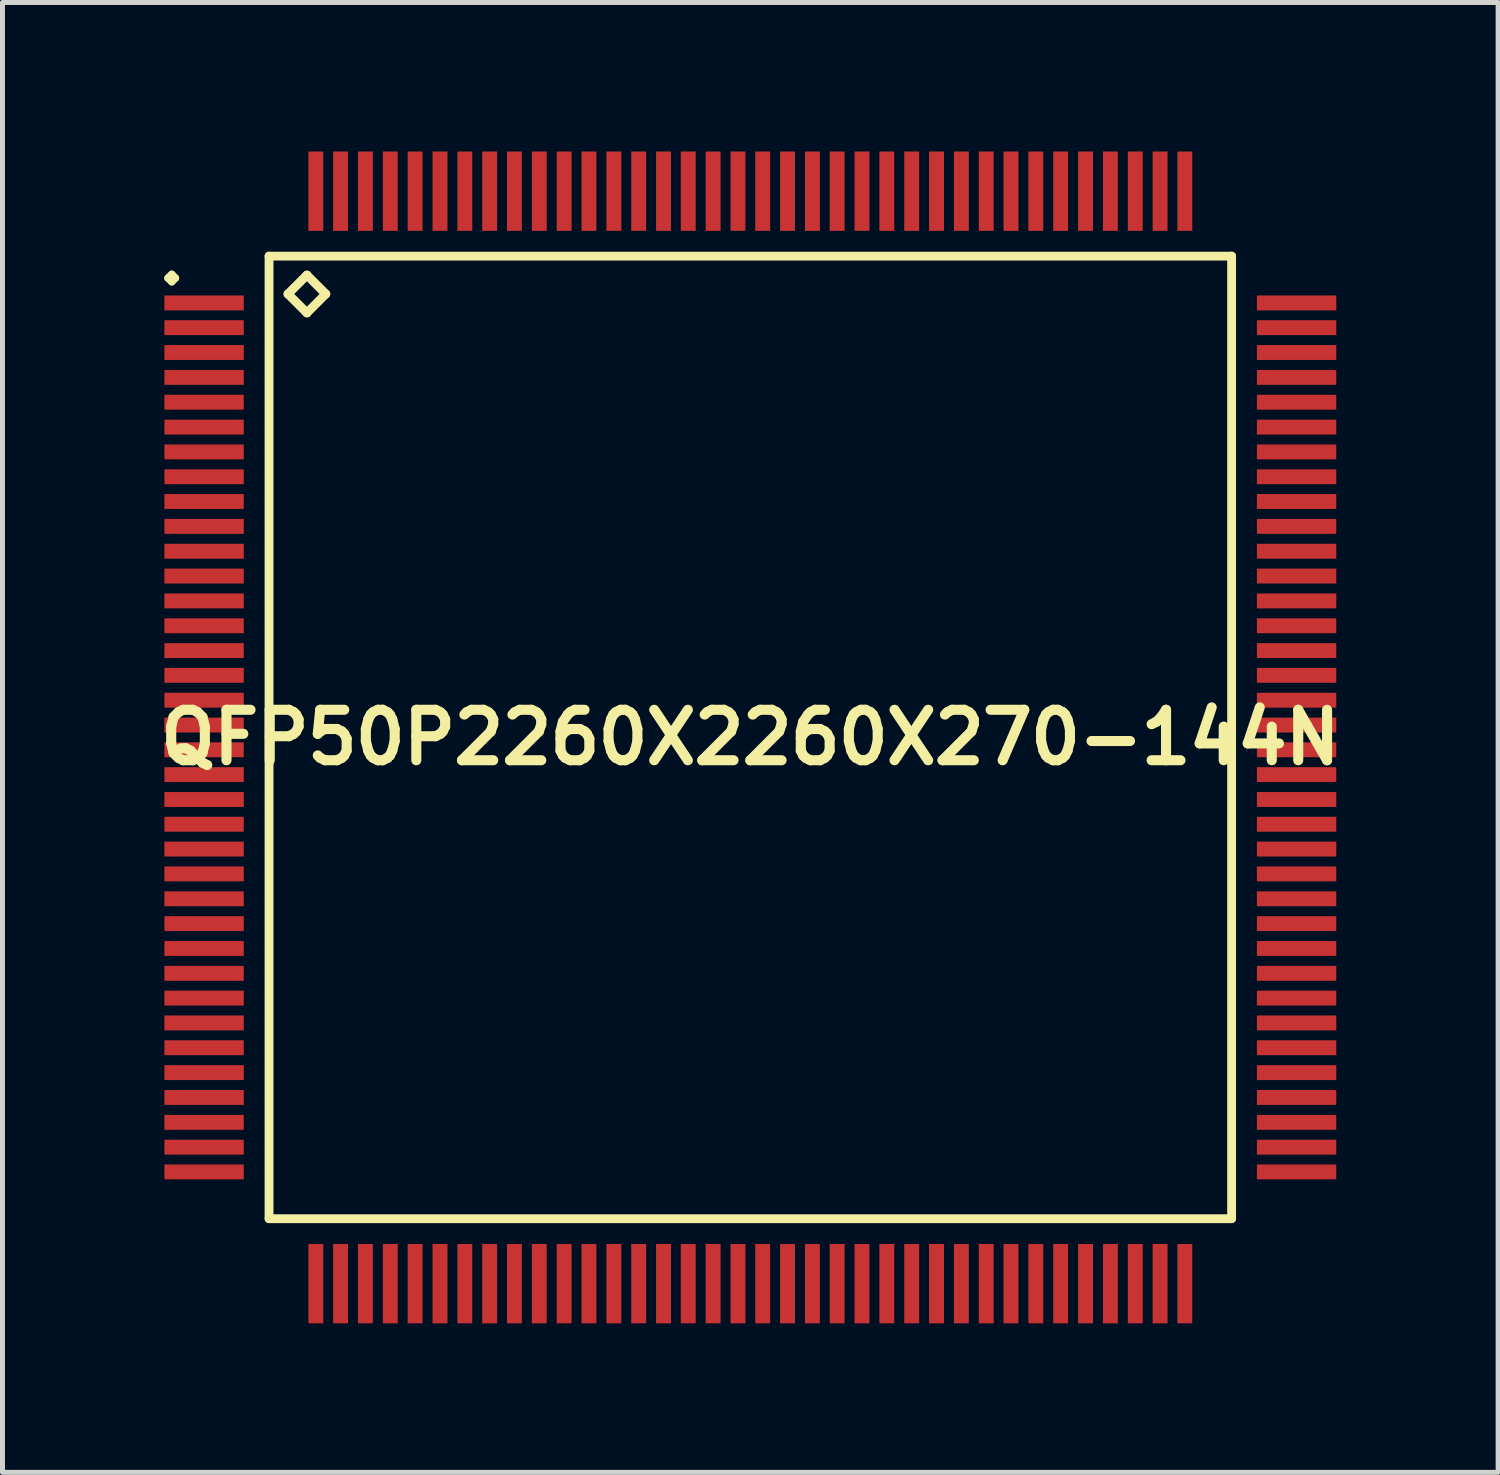
<source format=kicad_pcb>
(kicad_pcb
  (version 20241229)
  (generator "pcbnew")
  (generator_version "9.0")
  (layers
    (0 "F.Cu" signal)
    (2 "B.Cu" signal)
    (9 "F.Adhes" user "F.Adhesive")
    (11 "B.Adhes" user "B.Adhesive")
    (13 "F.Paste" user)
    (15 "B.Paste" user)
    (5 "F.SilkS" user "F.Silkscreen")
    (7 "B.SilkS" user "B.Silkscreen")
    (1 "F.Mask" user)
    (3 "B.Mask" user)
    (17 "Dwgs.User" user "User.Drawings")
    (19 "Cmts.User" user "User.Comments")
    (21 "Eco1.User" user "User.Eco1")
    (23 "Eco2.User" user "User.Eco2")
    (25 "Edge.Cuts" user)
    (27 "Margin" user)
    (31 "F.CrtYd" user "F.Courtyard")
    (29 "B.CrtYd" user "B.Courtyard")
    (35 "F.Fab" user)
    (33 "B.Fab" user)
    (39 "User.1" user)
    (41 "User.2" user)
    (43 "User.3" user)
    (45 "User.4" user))
  (footprint "QFP50P2260X2260X270-144N"
    (layer "F.Cu")
    (at 12.057 11.797)
    (property "Reference" "QFP50P2260X2260X270-144N" (at 0 0 0) (layer "F.SilkS") (effects (font (size 1.016 1.016) (thickness 0.203))))
    (attr smd)
    (fp_line (start -11.725 -9.248) (end -11.648 -9.324) (stroke (width 0.15) (type solid)) (layer "F.SilkS"))
    (fp_line (start -11.648 -9.324) (end -11.575 -9.248) (stroke (width 0.15) (type solid)) (layer "F.SilkS"))
    (fp_line (start -11.648 -9.174) (end -11.725 -9.248) (stroke (width 0.15) (type solid)) (layer "F.SilkS"))
    (fp_line (start -11.575 -9.248) (end -11.648 -9.174) (stroke (width 0.15) (type solid)) (layer "F.SilkS"))
    (fp_line (start -9.69 -9.69) (end -9.69 9.69) (stroke (width 0.178) (type solid)) (layer "F.SilkS"))
    (fp_line (start -9.69 9.69) (end 9.69 9.69) (stroke (width 0.178) (type solid)) (layer "F.SilkS"))
    (fp_line (start -9.309 -8.928) (end -8.928 -9.309) (stroke (width 0.178) (type solid)) (layer "F.SilkS"))
    (fp_line (start -8.928 -9.309) (end -8.547 -8.928) (stroke (width 0.178) (type solid)) (layer "F.SilkS"))
    (fp_line (start -8.928 -8.547) (end -9.309 -8.928) (stroke (width 0.178) (type solid)) (layer "F.SilkS"))
    (fp_line (start -8.547 -8.928) (end -8.928 -8.547) (stroke (width 0.178) (type solid)) (layer "F.SilkS"))
    (fp_line (start 9.69 -9.69) (end -9.69 -9.69) (stroke (width 0.178) (type solid)) (layer "F.SilkS"))
    (fp_line (start 9.69 9.69) (end 9.69 -9.69) (stroke (width 0.178) (type solid)) (layer "F.SilkS"))
    (pad "1" smd rect (at -10.998 -8.748) (size 1.598 0.3) (layers "F.Cu" "F.Mask" "F.Paste"))
    (pad "2" smd rect (at -10.998 -8.25) (size 1.598 0.3) (layers "F.Cu" "F.Mask" "F.Paste"))
    (pad "3" smd rect (at -10.998 -7.75) (size 1.598 0.3) (layers "F.Cu" "F.Mask" "F.Paste"))
    (pad "4" smd rect (at -10.998 -7.249) (size 1.598 0.3) (layers "F.Cu" "F.Mask" "F.Paste"))
    (pad "5" smd rect (at -10.998 -6.749) (size 1.598 0.3) (layers "F.Cu" "F.Mask" "F.Paste"))
    (pad "6" smd rect (at -10.998 -6.248) (size 1.598 0.3) (layers "F.Cu" "F.Mask" "F.Paste"))
    (pad "7" smd rect (at -10.998 -5.748) (size 1.598 0.3) (layers "F.Cu" "F.Mask" "F.Paste"))
    (pad "8" smd rect (at -10.998 -5.248) (size 1.598 0.3) (layers "F.Cu" "F.Mask" "F.Paste"))
    (pad "9" smd rect (at -10.998 -4.75) (size 1.598 0.3) (layers "F.Cu" "F.Mask" "F.Paste"))
    (pad "10" smd rect (at -10.998 -4.249) (size 1.598 0.3) (layers "F.Cu" "F.Mask" "F.Paste"))
    (pad "11" smd rect (at -10.998 -3.749) (size 1.598 0.3) (layers "F.Cu" "F.Mask" "F.Paste"))
    (pad "12" smd rect (at -10.998 -3.249) (size 1.598 0.3) (layers "F.Cu" "F.Mask" "F.Paste"))
    (pad "13" smd rect (at -10.998 -2.748) (size 1.598 0.3) (layers "F.Cu" "F.Mask" "F.Paste"))
    (pad "14" smd rect (at -10.998 -2.248) (size 1.598 0.3) (layers "F.Cu" "F.Mask" "F.Paste"))
    (pad "15" smd rect (at -10.998 -1.748) (size 1.598 0.3) (layers "F.Cu" "F.Mask" "F.Paste"))
    (pad "16" smd rect (at -10.998 -1.25) (size 1.598 0.3) (layers "F.Cu" "F.Mask" "F.Paste"))
    (pad "17" smd rect (at -10.998 -0.749) (size 1.598 0.3) (layers "F.Cu" "F.Mask" "F.Paste"))
    (pad "18" smd rect (at -10.998 -0.249) (size 1.598 0.3) (layers "F.Cu" "F.Mask" "F.Paste"))
    (pad "19" smd rect (at -10.998 0.249) (size 1.598 0.3) (layers "F.Cu" "F.Mask" "F.Paste"))
    (pad "20" smd rect (at -10.998 0.749) (size 1.598 0.3) (layers "F.Cu" "F.Mask" "F.Paste"))
    (pad "21" smd rect (at -10.998 1.25) (size 1.598 0.3) (layers "F.Cu" "F.Mask" "F.Paste"))
    (pad "22" smd rect (at -10.998 1.748) (size 1.598 0.3) (layers "F.Cu" "F.Mask" "F.Paste"))
    (pad "23" smd rect (at -10.998 2.248) (size 1.598 0.3) (layers "F.Cu" "F.Mask" "F.Paste"))
    (pad "24" smd rect (at -10.998 2.748) (size 1.598 0.3) (layers "F.Cu" "F.Mask" "F.Paste"))
    (pad "25" smd rect (at -10.998 3.249) (size 1.598 0.3) (layers "F.Cu" "F.Mask" "F.Paste"))
    (pad "26" smd rect (at -10.998 3.749) (size 1.598 0.3) (layers "F.Cu" "F.Mask" "F.Paste"))
    (pad "27" smd rect (at -10.998 4.249) (size 1.598 0.3) (layers "F.Cu" "F.Mask" "F.Paste"))
    (pad "28" smd rect (at -10.998 4.75) (size 1.598 0.3) (layers "F.Cu" "F.Mask" "F.Paste"))
    (pad "29" smd rect (at -10.998 5.248) (size 1.598 0.3) (layers "F.Cu" "F.Mask" "F.Paste"))
    (pad "30" smd rect (at -10.998 5.748) (size 1.598 0.3) (layers "F.Cu" "F.Mask" "F.Paste"))
    (pad "31" smd rect (at -10.998 6.248) (size 1.598 0.3) (layers "F.Cu" "F.Mask" "F.Paste"))
    (pad "32" smd rect (at -10.998 6.749) (size 1.598 0.3) (layers "F.Cu" "F.Mask" "F.Paste"))
    (pad "33" smd rect (at -10.998 7.249) (size 1.598 0.3) (layers "F.Cu" "F.Mask" "F.Paste"))
    (pad "34" smd rect (at -10.998 7.75) (size 1.598 0.3) (layers "F.Cu" "F.Mask" "F.Paste"))
    (pad "35" smd rect (at -10.998 8.25) (size 1.598 0.3) (layers "F.Cu" "F.Mask" "F.Paste"))
    (pad "36" smd rect (at -10.998 8.748) (size 1.598 0.3) (layers "F.Cu" "F.Mask" "F.Paste"))
    (pad "37" smd rect (at -8.748 10.998) (size 0.3 1.598) (layers "F.Cu" "F.Mask" "F.Paste"))
    (pad "38" smd rect (at -8.25 10.998) (size 0.3 1.598) (layers "F.Cu" "F.Mask" "F.Paste"))
    (pad "39" smd rect (at -7.75 10.998) (size 0.3 1.598) (layers "F.Cu" "F.Mask" "F.Paste"))
    (pad "40" smd rect (at -7.249 10.998) (size 0.3 1.598) (layers "F.Cu" "F.Mask" "F.Paste"))
    (pad "41" smd rect (at -6.749 10.998) (size 0.3 1.598) (layers "F.Cu" "F.Mask" "F.Paste"))
    (pad "42" smd rect (at -6.248 10.998) (size 0.3 1.598) (layers "F.Cu" "F.Mask" "F.Paste"))
    (pad "43" smd rect (at -5.748 10.998) (size 0.3 1.598) (layers "F.Cu" "F.Mask" "F.Paste"))
    (pad "44" smd rect (at -5.248 10.998) (size 0.3 1.598) (layers "F.Cu" "F.Mask" "F.Paste"))
    (pad "45" smd rect (at -4.75 10.998) (size 0.3 1.598) (layers "F.Cu" "F.Mask" "F.Paste"))
    (pad "46" smd rect (at -4.249 10.998) (size 0.3 1.598) (layers "F.Cu" "F.Mask" "F.Paste"))
    (pad "47" smd rect (at -3.749 10.998) (size 0.3 1.598) (layers "F.Cu" "F.Mask" "F.Paste"))
    (pad "48" smd rect (at -3.249 10.998) (size 0.3 1.598) (layers "F.Cu" "F.Mask" "F.Paste"))
    (pad "49" smd rect (at -2.748 10.998) (size 0.3 1.598) (layers "F.Cu" "F.Mask" "F.Paste"))
    (pad "50" smd rect (at -2.248 10.998) (size 0.3 1.598) (layers "F.Cu" "F.Mask" "F.Paste"))
    (pad "51" smd rect (at -1.748 10.998) (size 0.3 1.598) (layers "F.Cu" "F.Mask" "F.Paste"))
    (pad "52" smd rect (at -1.25 10.998) (size 0.3 1.598) (layers "F.Cu" "F.Mask" "F.Paste"))
    (pad "53" smd rect (at -0.749 10.998) (size 0.3 1.598) (layers "F.Cu" "F.Mask" "F.Paste"))
    (pad "54" smd rect (at -0.249 10.998) (size 0.3 1.598) (layers "F.Cu" "F.Mask" "F.Paste"))
    (pad "55" smd rect (at 0.249 10.998) (size 0.3 1.598) (layers "F.Cu" "F.Mask" "F.Paste"))
    (pad "56" smd rect (at 0.749 10.998) (size 0.3 1.598) (layers "F.Cu" "F.Mask" "F.Paste"))
    (pad "57" smd rect (at 1.25 10.998) (size 0.3 1.598) (layers "F.Cu" "F.Mask" "F.Paste"))
    (pad "58" smd rect (at 1.748 10.998) (size 0.3 1.598) (layers "F.Cu" "F.Mask" "F.Paste"))
    (pad "59" smd rect (at 2.248 10.998) (size 0.3 1.598) (layers "F.Cu" "F.Mask" "F.Paste"))
    (pad "60" smd rect (at 2.748 10.998) (size 0.3 1.598) (layers "F.Cu" "F.Mask" "F.Paste"))
    (pad "61" smd rect (at 3.249 10.998) (size 0.3 1.598) (layers "F.Cu" "F.Mask" "F.Paste"))
    (pad "62" smd rect (at 3.749 10.998) (size 0.3 1.598) (layers "F.Cu" "F.Mask" "F.Paste"))
    (pad "63" smd rect (at 4.249 10.998) (size 0.3 1.598) (layers "F.Cu" "F.Mask" "F.Paste"))
    (pad "64" smd rect (at 4.75 10.998) (size 0.3 1.598) (layers "F.Cu" "F.Mask" "F.Paste"))
    (pad "65" smd rect (at 5.248 10.998) (size 0.3 1.598) (layers "F.Cu" "F.Mask" "F.Paste"))
    (pad "66" smd rect (at 5.748 10.998) (size 0.3 1.598) (layers "F.Cu" "F.Mask" "F.Paste"))
    (pad "67" smd rect (at 6.248 10.998) (size 0.3 1.598) (layers "F.Cu" "F.Mask" "F.Paste"))
    (pad "68" smd rect (at 6.749 10.998) (size 0.3 1.598) (layers "F.Cu" "F.Mask" "F.Paste"))
    (pad "69" smd rect (at 7.249 10.998) (size 0.3 1.598) (layers "F.Cu" "F.Mask" "F.Paste"))
    (pad "70" smd rect (at 7.75 10.998) (size 0.3 1.598) (layers "F.Cu" "F.Mask" "F.Paste"))
    (pad "71" smd rect (at 8.25 10.998) (size 0.3 1.598) (layers "F.Cu" "F.Mask" "F.Paste"))
    (pad "72" smd rect (at 8.748 10.998) (size 0.3 1.598) (layers "F.Cu" "F.Mask" "F.Paste"))
    (pad "73" smd rect (at 10.998 8.748) (size 1.598 0.3) (layers "F.Cu" "F.Mask" "F.Paste"))
    (pad "74" smd rect (at 10.998 8.25) (size 1.598 0.3) (layers "F.Cu" "F.Mask" "F.Paste"))
    (pad "75" smd rect (at 10.998 7.75) (size 1.598 0.3) (layers "F.Cu" "F.Mask" "F.Paste"))
    (pad "76" smd rect (at 10.998 7.249) (size 1.598 0.3) (layers "F.Cu" "F.Mask" "F.Paste"))
    (pad "77" smd rect (at 10.998 6.749) (size 1.598 0.3) (layers "F.Cu" "F.Mask" "F.Paste"))
    (pad "78" smd rect (at 10.998 6.248) (size 1.598 0.3) (layers "F.Cu" "F.Mask" "F.Paste"))
    (pad "79" smd rect (at 10.998 5.748) (size 1.598 0.3) (layers "F.Cu" "F.Mask" "F.Paste"))
    (pad "80" smd rect (at 10.998 5.248) (size 1.598 0.3) (layers "F.Cu" "F.Mask" "F.Paste"))
    (pad "81" smd rect (at 10.998 4.75) (size 1.598 0.3) (layers "F.Cu" "F.Mask" "F.Paste"))
    (pad "82" smd rect (at 10.998 4.249) (size 1.598 0.3) (layers "F.Cu" "F.Mask" "F.Paste"))
    (pad "83" smd rect (at 10.998 3.749) (size 1.598 0.3) (layers "F.Cu" "F.Mask" "F.Paste"))
    (pad "84" smd rect (at 10.998 3.249) (size 1.598 0.3) (layers "F.Cu" "F.Mask" "F.Paste"))
    (pad "85" smd rect (at 10.998 2.748) (size 1.598 0.3) (layers "F.Cu" "F.Mask" "F.Paste"))
    (pad "86" smd rect (at 10.998 2.248) (size 1.598 0.3) (layers "F.Cu" "F.Mask" "F.Paste"))
    (pad "87" smd rect (at 10.998 1.748) (size 1.598 0.3) (layers "F.Cu" "F.Mask" "F.Paste"))
    (pad "88" smd rect (at 10.998 1.25) (size 1.598 0.3) (layers "F.Cu" "F.Mask" "F.Paste"))
    (pad "89" smd rect (at 10.998 0.749) (size 1.598 0.3) (layers "F.Cu" "F.Mask" "F.Paste"))
    (pad "90" smd rect (at 10.998 0.249) (size 1.598 0.3) (layers "F.Cu" "F.Mask" "F.Paste"))
    (pad "91" smd rect (at 10.998 -0.249) (size 1.598 0.3) (layers "F.Cu" "F.Mask" "F.Paste"))
    (pad "92" smd rect (at 10.998 -0.749) (size 1.598 0.3) (layers "F.Cu" "F.Mask" "F.Paste"))
    (pad "93" smd rect (at 10.998 -1.25) (size 1.598 0.3) (layers "F.Cu" "F.Mask" "F.Paste"))
    (pad "94" smd rect (at 10.998 -1.748) (size 1.598 0.3) (layers "F.Cu" "F.Mask" "F.Paste"))
    (pad "95" smd rect (at 10.998 -2.248) (size 1.598 0.3) (layers "F.Cu" "F.Mask" "F.Paste"))
    (pad "96" smd rect (at 10.998 -2.748) (size 1.598 0.3) (layers "F.Cu" "F.Mask" "F.Paste"))
    (pad "97" smd rect (at 10.998 -3.249) (size 1.598 0.3) (layers "F.Cu" "F.Mask" "F.Paste"))
    (pad "98" smd rect (at 10.998 -3.749) (size 1.598 0.3) (layers "F.Cu" "F.Mask" "F.Paste"))
    (pad "99" smd rect (at 10.998 -4.249) (size 1.598 0.3) (layers "F.Cu" "F.Mask" "F.Paste"))
    (pad "100" smd rect (at 10.998 -4.75) (size 1.598 0.3) (layers "F.Cu" "F.Mask" "F.Paste"))
    (pad "101" smd rect (at 10.998 -5.248) (size 1.598 0.3) (layers "F.Cu" "F.Mask" "F.Paste"))
    (pad "102" smd rect (at 10.998 -5.748) (size 1.598 0.3) (layers "F.Cu" "F.Mask" "F.Paste"))
    (pad "103" smd rect (at 10.998 -6.248) (size 1.598 0.3) (layers "F.Cu" "F.Mask" "F.Paste"))
    (pad "104" smd rect (at 10.998 -6.749) (size 1.598 0.3) (layers "F.Cu" "F.Mask" "F.Paste"))
    (pad "105" smd rect (at 10.998 -7.249) (size 1.598 0.3) (layers "F.Cu" "F.Mask" "F.Paste"))
    (pad "106" smd rect (at 10.998 -7.75) (size 1.598 0.3) (layers "F.Cu" "F.Mask" "F.Paste"))
    (pad "107" smd rect (at 10.998 -8.25) (size 1.598 0.3) (layers "F.Cu" "F.Mask" "F.Paste"))
    (pad "108" smd rect (at 10.998 -8.748) (size 1.598 0.3) (layers "F.Cu" "F.Mask" "F.Paste"))
    (pad "109" smd rect (at 8.748 -10.998) (size 0.3 1.598) (layers "F.Cu" "F.Mask" "F.Paste"))
    (pad "110" smd rect (at 8.25 -10.998) (size 0.3 1.598) (layers "F.Cu" "F.Mask" "F.Paste"))
    (pad "111" smd rect (at 7.75 -10.998) (size 0.3 1.598) (layers "F.Cu" "F.Mask" "F.Paste"))
    (pad "112" smd rect (at 7.249 -10.998) (size 0.3 1.598) (layers "F.Cu" "F.Mask" "F.Paste"))
    (pad "113" smd rect (at 6.749 -10.998) (size 0.3 1.598) (layers "F.Cu" "F.Mask" "F.Paste"))
    (pad "114" smd rect (at 6.248 -10.998) (size 0.3 1.598) (layers "F.Cu" "F.Mask" "F.Paste"))
    (pad "115" smd rect (at 5.748 -10.998) (size 0.3 1.598) (layers "F.Cu" "F.Mask" "F.Paste"))
    (pad "116" smd rect (at 5.248 -10.998) (size 0.3 1.598) (layers "F.Cu" "F.Mask" "F.Paste"))
    (pad "117" smd rect (at 4.75 -10.998) (size 0.3 1.598) (layers "F.Cu" "F.Mask" "F.Paste"))
    (pad "118" smd rect (at 4.249 -10.998) (size 0.3 1.598) (layers "F.Cu" "F.Mask" "F.Paste"))
    (pad "119" smd rect (at 3.749 -10.998) (size 0.3 1.598) (layers "F.Cu" "F.Mask" "F.Paste"))
    (pad "120" smd rect (at 3.249 -10.998) (size 0.3 1.598) (layers "F.Cu" "F.Mask" "F.Paste"))
    (pad "121" smd rect (at 2.748 -10.998) (size 0.3 1.598) (layers "F.Cu" "F.Mask" "F.Paste"))
    (pad "122" smd rect (at 2.248 -10.998) (size 0.3 1.598) (layers "F.Cu" "F.Mask" "F.Paste"))
    (pad "123" smd rect (at 1.748 -10.998) (size 0.3 1.598) (layers "F.Cu" "F.Mask" "F.Paste"))
    (pad "124" smd rect (at 1.25 -10.998) (size 0.3 1.598) (layers "F.Cu" "F.Mask" "F.Paste"))
    (pad "125" smd rect (at 0.749 -10.998) (size 0.3 1.598) (layers "F.Cu" "F.Mask" "F.Paste"))
    (pad "126" smd rect (at 0.249 -10.998) (size 0.3 1.598) (layers "F.Cu" "F.Mask" "F.Paste"))
    (pad "127" smd rect (at -0.249 -10.998) (size 0.3 1.598) (layers "F.Cu" "F.Mask" "F.Paste"))
    (pad "128" smd rect (at -0.749 -10.998) (size 0.3 1.598) (layers "F.Cu" "F.Mask" "F.Paste"))
    (pad "129" smd rect (at -1.25 -10.998) (size 0.3 1.598) (layers "F.Cu" "F.Mask" "F.Paste"))
    (pad "130" smd rect (at -1.748 -10.998) (size 0.3 1.598) (layers "F.Cu" "F.Mask" "F.Paste"))
    (pad "131" smd rect (at -2.248 -10.998) (size 0.3 1.598) (layers "F.Cu" "F.Mask" "F.Paste"))
    (pad "132" smd rect (at -2.748 -10.998) (size 0.3 1.598) (layers "F.Cu" "F.Mask" "F.Paste"))
    (pad "133" smd rect (at -3.249 -10.998) (size 0.3 1.598) (layers "F.Cu" "F.Mask" "F.Paste"))
    (pad "134" smd rect (at -3.749 -10.998) (size 0.3 1.598) (layers "F.Cu" "F.Mask" "F.Paste"))
    (pad "135" smd rect (at -4.249 -10.998) (size 0.3 1.598) (layers "F.Cu" "F.Mask" "F.Paste"))
    (pad "136" smd rect (at -4.75 -10.998) (size 0.3 1.598) (layers "F.Cu" "F.Mask" "F.Paste"))
    (pad "137" smd rect (at -5.248 -10.998) (size 0.3 1.598) (layers "F.Cu" "F.Mask" "F.Paste"))
    (pad "138" smd rect (at -5.748 -10.998) (size 0.3 1.598) (layers "F.Cu" "F.Mask" "F.Paste"))
    (pad "139" smd rect (at -6.248 -10.998) (size 0.3 1.598) (layers "F.Cu" "F.Mask" "F.Paste"))
    (pad "140" smd rect (at -6.749 -10.998) (size 0.3 1.598) (layers "F.Cu" "F.Mask" "F.Paste"))
    (pad "141" smd rect (at -7.249 -10.998) (size 0.3 1.598) (layers "F.Cu" "F.Mask" "F.Paste"))
    (pad "142" smd rect (at -7.75 -10.998) (size 0.3 1.598) (layers "F.Cu" "F.Mask" "F.Paste"))
    (pad "143" smd rect (at -8.25 -10.998) (size 0.3 1.598) (layers "F.Cu" "F.Mask" "F.Paste"))
    (pad "144" smd rect (at -8.748 -10.998) (size 0.3 1.598) (layers "F.Cu" "F.Mask" "F.Paste")))
  (gr_rect
    (start -3 -3)
    (end 27.113 26.594)
    (stroke (width 0.1) (type default))
    (fill no)
    (layer "Edge.Cuts")))
</source>
